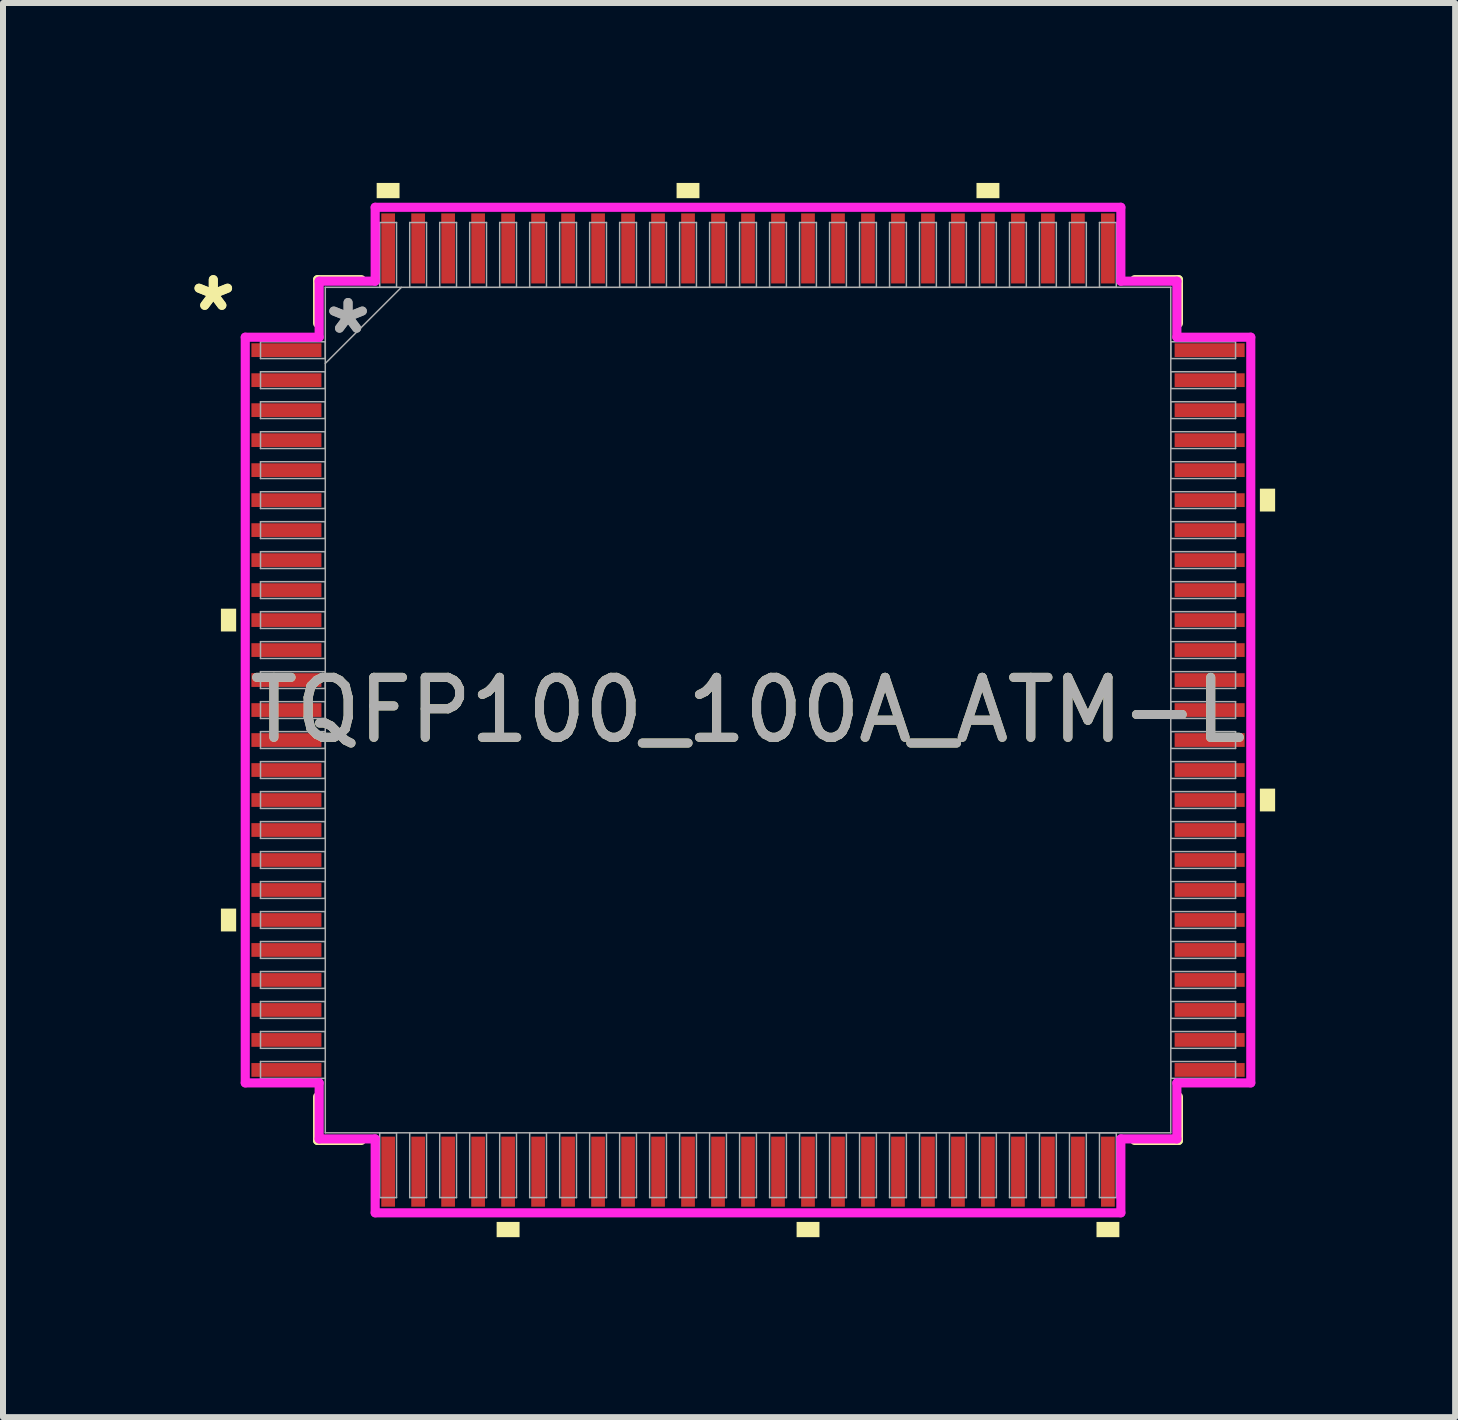
<source format=kicad_pcb>
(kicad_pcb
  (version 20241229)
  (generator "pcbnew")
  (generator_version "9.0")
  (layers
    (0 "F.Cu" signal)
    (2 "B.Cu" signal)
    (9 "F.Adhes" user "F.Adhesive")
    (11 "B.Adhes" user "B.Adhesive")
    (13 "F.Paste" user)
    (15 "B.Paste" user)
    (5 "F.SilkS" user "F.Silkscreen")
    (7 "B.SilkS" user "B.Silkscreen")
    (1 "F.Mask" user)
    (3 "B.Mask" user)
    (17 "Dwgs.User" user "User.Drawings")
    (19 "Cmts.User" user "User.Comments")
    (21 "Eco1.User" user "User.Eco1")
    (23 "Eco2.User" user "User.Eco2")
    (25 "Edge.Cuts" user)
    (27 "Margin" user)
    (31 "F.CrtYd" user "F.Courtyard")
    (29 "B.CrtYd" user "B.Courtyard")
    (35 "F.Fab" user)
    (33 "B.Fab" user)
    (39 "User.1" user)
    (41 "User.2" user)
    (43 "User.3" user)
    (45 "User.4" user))
  (footprint "TQFP100_100A_ATM-L"
    (layer "F.Cu")
    (at 9.421 8.788)
    (property "Reference" "TQFP100_100A_ATM-L" (at 0 0 0) (unlocked yes) (layer "F.SilkS") (effects (font (size 1 1) (thickness 0.15))))
    (attr smd)
    (fp_line (start -7.176 -7.176) (end -7.176 -6.447) (stroke (width 0.152) (type solid)) (layer "F.SilkS"))
    (fp_line (start -7.176 6.447) (end -7.176 7.176) (stroke (width 0.152) (type solid)) (layer "F.SilkS"))
    (fp_line (start -7.176 7.176) (end -6.447 7.176) (stroke (width 0.152) (type solid)) (layer "F.SilkS"))
    (fp_line (start -6.447 -7.176) (end -7.176 -7.176) (stroke (width 0.152) (type solid)) (layer "F.SilkS"))
    (fp_line (start 6.447 7.176) (end 7.176 7.176) (stroke (width 0.152) (type solid)) (layer "F.SilkS"))
    (fp_line (start 7.176 -7.176) (end 6.447 -7.176) (stroke (width 0.152) (type solid)) (layer "F.SilkS"))
    (fp_line (start 7.176 -6.447) (end 7.176 -7.176) (stroke (width 0.152) (type solid)) (layer "F.SilkS"))
    (fp_line (start 7.176 7.176) (end 7.176 6.447) (stroke (width 0.152) (type solid)) (layer "F.SilkS"))
    (fp_poly (pts (xy -8.788 -1.69) (xy -8.788 -1.31) (xy -8.534 -1.31) (xy -8.534 -1.69)) (stroke (width 0) (type solid)) (fill yes) (layer "F.SilkS"))
    (fp_poly (pts (xy -8.788 3.31) (xy -8.788 3.691) (xy -8.534 3.691) (xy -8.534 3.31)) (stroke (width 0) (type solid)) (fill yes) (layer "F.SilkS"))
    (fp_poly (pts (xy -6.191 -8.534) (xy -6.191 -8.788) (xy -5.81 -8.788) (xy -5.81 -8.534)) (stroke (width 0) (type solid)) (fill yes) (layer "F.SilkS"))
    (fp_poly (pts (xy -4.191 8.534) (xy -4.191 8.788) (xy -3.809 8.788) (xy -3.809 8.534)) (stroke (width 0) (type solid)) (fill yes) (layer "F.SilkS"))
    (fp_poly (pts (xy -1.191 -8.534) (xy -1.191 -8.788) (xy -0.81 -8.788) (xy -0.81 -8.534)) (stroke (width 0) (type solid)) (fill yes) (layer "F.SilkS"))
    (fp_poly (pts (xy 0.81 8.534) (xy 0.81 8.788) (xy 1.191 8.788) (xy 1.191 8.534)) (stroke (width 0) (type solid)) (fill yes) (layer "F.SilkS"))
    (fp_poly (pts (xy 3.809 -8.534) (xy 3.809 -8.788) (xy 4.191 -8.788) (xy 4.191 -8.534)) (stroke (width 0) (type solid)) (fill yes) (layer "F.SilkS"))
    (fp_poly (pts (xy 5.81 8.534) (xy 5.81 8.788) (xy 6.191 8.788) (xy 6.191 8.534)) (stroke (width 0) (type solid)) (fill yes) (layer "F.SilkS"))
    (fp_poly (pts (xy 8.788 -3.691) (xy 8.788 -3.31) (xy 8.534 -3.31) (xy 8.534 -3.691)) (stroke (width 0) (type solid)) (fill yes) (layer "F.SilkS"))
    (fp_poly (pts (xy 8.788 1.31) (xy 8.788 1.69) (xy 8.534 1.69) (xy 8.534 1.31)) (stroke (width 0) (type solid)) (fill yes) (layer "F.SilkS"))
    (fp_line (start -8.382 -6.216) (end -7.15 -6.216) (stroke (width 0.152) (type solid)) (layer "F.CrtYd"))
    (fp_line (start -8.382 6.216) (end -8.382 -6.216) (stroke (width 0.152) (type solid)) (layer "F.CrtYd"))
    (fp_line (start -7.15 -7.15) (end -6.216 -7.15) (stroke (width 0.152) (type solid)) (layer "F.CrtYd"))
    (fp_line (start -7.15 -6.216) (end -7.15 -7.15) (stroke (width 0.152) (type solid)) (layer "F.CrtYd"))
    (fp_line (start -7.15 6.216) (end -8.382 6.216) (stroke (width 0.152) (type solid)) (layer "F.CrtYd"))
    (fp_line (start -7.15 7.15) (end -7.15 6.216) (stroke (width 0.152) (type solid)) (layer "F.CrtYd"))
    (fp_line (start -7.15 7.15) (end -6.216 7.15) (stroke (width 0.152) (type solid)) (layer "F.CrtYd"))
    (fp_line (start -6.216 -8.382) (end 6.216 -8.382) (stroke (width 0.152) (type solid)) (layer "F.CrtYd"))
    (fp_line (start -6.216 -7.15) (end -6.216 -8.382) (stroke (width 0.152) (type solid)) (layer "F.CrtYd"))
    (fp_line (start -6.216 7.15) (end -6.216 8.382) (stroke (width 0.152) (type solid)) (layer "F.CrtYd"))
    (fp_line (start -6.216 8.382) (end 6.216 8.382) (stroke (width 0.152) (type solid)) (layer "F.CrtYd"))
    (fp_line (start 6.216 -8.382) (end 6.216 -7.15) (stroke (width 0.152) (type solid)) (layer "F.CrtYd"))
    (fp_line (start 6.216 -7.15) (end 7.15 -7.15) (stroke (width 0.152) (type solid)) (layer "F.CrtYd"))
    (fp_line (start 6.216 7.15) (end 7.15 7.15) (stroke (width 0.152) (type solid)) (layer "F.CrtYd"))
    (fp_line (start 6.216 8.382) (end 6.216 7.15) (stroke (width 0.152) (type solid)) (layer "F.CrtYd"))
    (fp_line (start 7.15 -6.216) (end 7.15 -7.15) (stroke (width 0.152) (type solid)) (layer "F.CrtYd"))
    (fp_line (start 7.15 6.216) (end 8.382 6.216) (stroke (width 0.152) (type solid)) (layer "F.CrtYd"))
    (fp_line (start 7.15 7.15) (end 7.15 6.216) (stroke (width 0.152) (type solid)) (layer "F.CrtYd"))
    (fp_line (start 8.382 -6.216) (end 7.15 -6.216) (stroke (width 0.152) (type solid)) (layer "F.CrtYd"))
    (fp_line (start 8.382 6.216) (end 8.382 -6.216) (stroke (width 0.152) (type solid)) (layer "F.CrtYd"))
    (fp_line (start -8.128 -6.14) (end -8.128 -5.86) (stroke (width 0.025) (type solid)) (layer "F.Fab"))
    (fp_line (start -8.128 -5.86) (end -7.048 -5.86) (stroke (width 0.025) (type solid)) (layer "F.Fab"))
    (fp_line (start -8.128 -5.64) (end -8.128 -5.36) (stroke (width 0.025) (type solid)) (layer "F.Fab"))
    (fp_line (start -8.128 -5.36) (end -7.048 -5.36) (stroke (width 0.025) (type solid)) (layer "F.Fab"))
    (fp_line (start -8.128 -5.14) (end -8.128 -4.86) (stroke (width 0.025) (type solid)) (layer "F.Fab"))
    (fp_line (start -8.128 -4.86) (end -7.048 -4.86) (stroke (width 0.025) (type solid)) (layer "F.Fab"))
    (fp_line (start -8.128 -4.64) (end -8.128 -4.36) (stroke (width 0.025) (type solid)) (layer "F.Fab"))
    (fp_line (start -8.128 -4.36) (end -7.048 -4.36) (stroke (width 0.025) (type solid)) (layer "F.Fab"))
    (fp_line (start -8.128 -4.14) (end -8.128 -3.86) (stroke (width 0.025) (type solid)) (layer "F.Fab"))
    (fp_line (start -8.128 -3.86) (end -7.048 -3.86) (stroke (width 0.025) (type solid)) (layer "F.Fab"))
    (fp_line (start -8.128 -3.64) (end -8.128 -3.36) (stroke (width 0.025) (type solid)) (layer "F.Fab"))
    (fp_line (start -8.128 -3.36) (end -7.048 -3.36) (stroke (width 0.025) (type solid)) (layer "F.Fab"))
    (fp_line (start -8.128 -3.14) (end -8.128 -2.86) (stroke (width 0.025) (type solid)) (layer "F.Fab"))
    (fp_line (start -8.128 -2.86) (end -7.048 -2.86) (stroke (width 0.025) (type solid)) (layer "F.Fab"))
    (fp_line (start -8.128 -2.64) (end -8.128 -2.36) (stroke (width 0.025) (type solid)) (layer "F.Fab"))
    (fp_line (start -8.128 -2.36) (end -7.048 -2.36) (stroke (width 0.025) (type solid)) (layer "F.Fab"))
    (fp_line (start -8.128 -2.14) (end -8.128 -1.86) (stroke (width 0.025) (type solid)) (layer "F.Fab"))
    (fp_line (start -8.128 -1.86) (end -7.048 -1.86) (stroke (width 0.025) (type solid)) (layer "F.Fab"))
    (fp_line (start -8.128 -1.64) (end -8.128 -1.36) (stroke (width 0.025) (type solid)) (layer "F.Fab"))
    (fp_line (start -8.128 -1.36) (end -7.048 -1.36) (stroke (width 0.025) (type solid)) (layer "F.Fab"))
    (fp_line (start -8.128 -1.14) (end -8.128 -0.86) (stroke (width 0.025) (type solid)) (layer "F.Fab"))
    (fp_line (start -8.128 -0.86) (end -7.048 -0.86) (stroke (width 0.025) (type solid)) (layer "F.Fab"))
    (fp_line (start -8.128 -0.64) (end -8.128 -0.36) (stroke (width 0.025) (type solid)) (layer "F.Fab"))
    (fp_line (start -8.128 -0.36) (end -7.048 -0.36) (stroke (width 0.025) (type solid)) (layer "F.Fab"))
    (fp_line (start -8.128 -0.14) (end -8.128 0.14) (stroke (width 0.025) (type solid)) (layer "F.Fab"))
    (fp_line (start -8.128 0.14) (end -7.048 0.14) (stroke (width 0.025) (type solid)) (layer "F.Fab"))
    (fp_line (start -8.128 0.36) (end -8.128 0.64) (stroke (width 0.025) (type solid)) (layer "F.Fab"))
    (fp_line (start -8.128 0.64) (end -7.048 0.64) (stroke (width 0.025) (type solid)) (layer "F.Fab"))
    (fp_line (start -8.128 0.86) (end -8.128 1.14) (stroke (width 0.025) (type solid)) (layer "F.Fab"))
    (fp_line (start -8.128 1.14) (end -7.048 1.14) (stroke (width 0.025) (type solid)) (layer "F.Fab"))
    (fp_line (start -8.128 1.36) (end -8.128 1.64) (stroke (width 0.025) (type solid)) (layer "F.Fab"))
    (fp_line (start -8.128 1.64) (end -7.048 1.64) (stroke (width 0.025) (type solid)) (layer "F.Fab"))
    (fp_line (start -8.128 1.86) (end -8.128 2.14) (stroke (width 0.025) (type solid)) (layer "F.Fab"))
    (fp_line (start -8.128 2.14) (end -7.048 2.14) (stroke (width 0.025) (type solid)) (layer "F.Fab"))
    (fp_line (start -8.128 2.36) (end -8.128 2.64) (stroke (width 0.025) (type solid)) (layer "F.Fab"))
    (fp_line (start -8.128 2.64) (end -7.048 2.64) (stroke (width 0.025) (type solid)) (layer "F.Fab"))
    (fp_line (start -8.128 2.86) (end -8.128 3.14) (stroke (width 0.025) (type solid)) (layer "F.Fab"))
    (fp_line (start -8.128 3.14) (end -7.048 3.14) (stroke (width 0.025) (type solid)) (layer "F.Fab"))
    (fp_line (start -8.128 3.36) (end -8.128 3.64) (stroke (width 0.025) (type solid)) (layer "F.Fab"))
    (fp_line (start -8.128 3.64) (end -7.048 3.64) (stroke (width 0.025) (type solid)) (layer "F.Fab"))
    (fp_line (start -8.128 3.86) (end -8.128 4.14) (stroke (width 0.025) (type solid)) (layer "F.Fab"))
    (fp_line (start -8.128 4.14) (end -7.048 4.14) (stroke (width 0.025) (type solid)) (layer "F.Fab"))
    (fp_line (start -8.128 4.36) (end -8.128 4.64) (stroke (width 0.025) (type solid)) (layer "F.Fab"))
    (fp_line (start -8.128 4.64) (end -7.048 4.64) (stroke (width 0.025) (type solid)) (layer "F.Fab"))
    (fp_line (start -8.128 4.86) (end -8.128 5.14) (stroke (width 0.025) (type solid)) (layer "F.Fab"))
    (fp_line (start -8.128 5.14) (end -7.048 5.14) (stroke (width 0.025) (type solid)) (layer "F.Fab"))
    (fp_line (start -8.128 5.36) (end -8.128 5.64) (stroke (width 0.025) (type solid)) (layer "F.Fab"))
    (fp_line (start -8.128 5.64) (end -7.048 5.64) (stroke (width 0.025) (type solid)) (layer "F.Fab"))
    (fp_line (start -8.128 5.86) (end -8.128 6.14) (stroke (width 0.025) (type solid)) (layer "F.Fab"))
    (fp_line (start -8.128 6.14) (end -7.048 6.14) (stroke (width 0.025) (type solid)) (layer "F.Fab"))
    (fp_line (start -7.048 -7.048) (end -7.048 7.048) (stroke (width 0.025) (type solid)) (layer "F.Fab"))
    (fp_line (start -7.048 -6.14) (end -8.128 -6.14) (stroke (width 0.025) (type solid)) (layer "F.Fab"))
    (fp_line (start -7.048 -5.86) (end -7.048 -6.14) (stroke (width 0.025) (type solid)) (layer "F.Fab"))
    (fp_line (start -7.048 -5.779) (end -5.779 -7.048) (stroke (width 0.025) (type solid)) (layer "F.Fab"))
    (fp_line (start -7.048 -5.64) (end -8.128 -5.64) (stroke (width 0.025) (type solid)) (layer "F.Fab"))
    (fp_line (start -7.048 -5.36) (end -7.048 -5.64) (stroke (width 0.025) (type solid)) (layer "F.Fab"))
    (fp_line (start -7.048 -5.14) (end -8.128 -5.14) (stroke (width 0.025) (type solid)) (layer "F.Fab"))
    (fp_line (start -7.048 -4.86) (end -7.048 -5.14) (stroke (width 0.025) (type solid)) (layer "F.Fab"))
    (fp_line (start -7.048 -4.64) (end -8.128 -4.64) (stroke (width 0.025) (type solid)) (layer "F.Fab"))
    (fp_line (start -7.048 -4.36) (end -7.048 -4.64) (stroke (width 0.025) (type solid)) (layer "F.Fab"))
    (fp_line (start -7.048 -4.14) (end -8.128 -4.14) (stroke (width 0.025) (type solid)) (layer "F.Fab"))
    (fp_line (start -7.048 -3.86) (end -7.048 -4.14) (stroke (width 0.025) (type solid)) (layer "F.Fab"))
    (fp_line (start -7.048 -3.64) (end -8.128 -3.64) (stroke (width 0.025) (type solid)) (layer "F.Fab"))
    (fp_line (start -7.048 -3.36) (end -7.048 -3.64) (stroke (width 0.025) (type solid)) (layer "F.Fab"))
    (fp_line (start -7.048 -3.14) (end -8.128 -3.14) (stroke (width 0.025) (type solid)) (layer "F.Fab"))
    (fp_line (start -7.048 -2.86) (end -7.048 -3.14) (stroke (width 0.025) (type solid)) (layer "F.Fab"))
    (fp_line (start -7.048 -2.64) (end -8.128 -2.64) (stroke (width 0.025) (type solid)) (layer "F.Fab"))
    (fp_line (start -7.048 -2.36) (end -7.048 -2.64) (stroke (width 0.025) (type solid)) (layer "F.Fab"))
    (fp_line (start -7.048 -2.14) (end -8.128 -2.14) (stroke (width 0.025) (type solid)) (layer "F.Fab"))
    (fp_line (start -7.048 -1.86) (end -7.048 -2.14) (stroke (width 0.025) (type solid)) (layer "F.Fab"))
    (fp_line (start -7.048 -1.64) (end -8.128 -1.64) (stroke (width 0.025) (type solid)) (layer "F.Fab"))
    (fp_line (start -7.048 -1.36) (end -7.048 -1.64) (stroke (width 0.025) (type solid)) (layer "F.Fab"))
    (fp_line (start -7.048 -1.14) (end -8.128 -1.14) (stroke (width 0.025) (type solid)) (layer "F.Fab"))
    (fp_line (start -7.048 -0.86) (end -7.048 -1.14) (stroke (width 0.025) (type solid)) (layer "F.Fab"))
    (fp_line (start -7.048 -0.64) (end -8.128 -0.64) (stroke (width 0.025) (type solid)) (layer "F.Fab"))
    (fp_line (start -7.048 -0.36) (end -7.048 -0.64) (stroke (width 0.025) (type solid)) (layer "F.Fab"))
    (fp_line (start -7.048 -0.14) (end -8.128 -0.14) (stroke (width 0.025) (type solid)) (layer "F.Fab"))
    (fp_line (start -7.048 0.14) (end -7.048 -0.14) (stroke (width 0.025) (type solid)) (layer "F.Fab"))
    (fp_line (start -7.048 0.36) (end -8.128 0.36) (stroke (width 0.025) (type solid)) (layer "F.Fab"))
    (fp_line (start -7.048 0.64) (end -7.048 0.36) (stroke (width 0.025) (type solid)) (layer "F.Fab"))
    (fp_line (start -7.048 0.86) (end -8.128 0.86) (stroke (width 0.025) (type solid)) (layer "F.Fab"))
    (fp_line (start -7.048 1.14) (end -7.048 0.86) (stroke (width 0.025) (type solid)) (layer "F.Fab"))
    (fp_line (start -7.048 1.36) (end -8.128 1.36) (stroke (width 0.025) (type solid)) (layer "F.Fab"))
    (fp_line (start -7.048 1.64) (end -7.048 1.36) (stroke (width 0.025) (type solid)) (layer "F.Fab"))
    (fp_line (start -7.048 1.86) (end -8.128 1.86) (stroke (width 0.025) (type solid)) (layer "F.Fab"))
    (fp_line (start -7.048 2.14) (end -7.048 1.86) (stroke (width 0.025) (type solid)) (layer "F.Fab"))
    (fp_line (start -7.048 2.36) (end -8.128 2.36) (stroke (width 0.025) (type solid)) (layer "F.Fab"))
    (fp_line (start -7.048 2.64) (end -7.048 2.36) (stroke (width 0.025) (type solid)) (layer "F.Fab"))
    (fp_line (start -7.048 2.86) (end -8.128 2.86) (stroke (width 0.025) (type solid)) (layer "F.Fab"))
    (fp_line (start -7.048 3.14) (end -7.048 2.86) (stroke (width 0.025) (type solid)) (layer "F.Fab"))
    (fp_line (start -7.048 3.36) (end -8.128 3.36) (stroke (width 0.025) (type solid)) (layer "F.Fab"))
    (fp_line (start -7.048 3.64) (end -7.048 3.36) (stroke (width 0.025) (type solid)) (layer "F.Fab"))
    (fp_line (start -7.048 3.86) (end -8.128 3.86) (stroke (width 0.025) (type solid)) (layer "F.Fab"))
    (fp_line (start -7.048 4.14) (end -7.048 3.86) (stroke (width 0.025) (type solid)) (layer "F.Fab"))
    (fp_line (start -7.048 4.36) (end -8.128 4.36) (stroke (width 0.025) (type solid)) (layer "F.Fab"))
    (fp_line (start -7.048 4.64) (end -7.048 4.36) (stroke (width 0.025) (type solid)) (layer "F.Fab"))
    (fp_line (start -7.048 4.86) (end -8.128 4.86) (stroke (width 0.025) (type solid)) (layer "F.Fab"))
    (fp_line (start -7.048 5.14) (end -7.048 4.86) (stroke (width 0.025) (type solid)) (layer "F.Fab"))
    (fp_line (start -7.048 5.36) (end -8.128 5.36) (stroke (width 0.025) (type solid)) (layer "F.Fab"))
    (fp_line (start -7.048 5.64) (end -7.048 5.36) (stroke (width 0.025) (type solid)) (layer "F.Fab"))
    (fp_line (start -7.048 5.86) (end -8.128 5.86) (stroke (width 0.025) (type solid)) (layer "F.Fab"))
    (fp_line (start -7.048 6.14) (end -7.048 5.86) (stroke (width 0.025) (type solid)) (layer "F.Fab"))
    (fp_line (start -7.048 7.048) (end 7.048 7.048) (stroke (width 0.025) (type solid)) (layer "F.Fab"))
    (fp_line (start -6.14 -8.128) (end -6.14 -7.048) (stroke (width 0.025) (type solid)) (layer "F.Fab"))
    (fp_line (start -6.14 -7.048) (end -5.86 -7.048) (stroke (width 0.025) (type solid)) (layer "F.Fab"))
    (fp_line (start -6.14 7.048) (end -6.14 8.128) (stroke (width 0.025) (type solid)) (layer "F.Fab"))
    (fp_line (start -6.14 8.128) (end -5.86 8.128) (stroke (width 0.025) (type solid)) (layer "F.Fab"))
    (fp_line (start -5.86 -8.128) (end -6.14 -8.128) (stroke (width 0.025) (type solid)) (layer "F.Fab"))
    (fp_line (start -5.86 -7.048) (end -5.86 -8.128) (stroke (width 0.025) (type solid)) (layer "F.Fab"))
    (fp_line (start -5.86 7.048) (end -6.14 7.048) (stroke (width 0.025) (type solid)) (layer "F.Fab"))
    (fp_line (start -5.86 8.128) (end -5.86 7.048) (stroke (width 0.025) (type solid)) (layer "F.Fab"))
    (fp_line (start -5.64 -8.128) (end -5.64 -7.048) (stroke (width 0.025) (type solid)) (layer "F.Fab"))
    (fp_line (start -5.64 -7.048) (end -5.36 -7.048) (stroke (width 0.025) (type solid)) (layer "F.Fab"))
    (fp_line (start -5.64 7.048) (end -5.64 8.128) (stroke (width 0.025) (type solid)) (layer "F.Fab"))
    (fp_line (start -5.64 8.128) (end -5.36 8.128) (stroke (width 0.025) (type solid)) (layer "F.Fab"))
    (fp_line (start -5.36 -8.128) (end -5.64 -8.128) (stroke (width 0.025) (type solid)) (layer "F.Fab"))
    (fp_line (start -5.36 -7.048) (end -5.36 -8.128) (stroke (width 0.025) (type solid)) (layer "F.Fab"))
    (fp_line (start -5.36 7.048) (end -5.64 7.048) (stroke (width 0.025) (type solid)) (layer "F.Fab"))
    (fp_line (start -5.36 8.128) (end -5.36 7.048) (stroke (width 0.025) (type solid)) (layer "F.Fab"))
    (fp_line (start -5.14 -8.128) (end -5.14 -7.048) (stroke (width 0.025) (type solid)) (layer "F.Fab"))
    (fp_line (start -5.14 -7.048) (end -4.86 -7.048) (stroke (width 0.025) (type solid)) (layer "F.Fab"))
    (fp_line (start -5.14 7.048) (end -5.14 8.128) (stroke (width 0.025) (type solid)) (layer "F.Fab"))
    (fp_line (start -5.14 8.128) (end -4.86 8.128) (stroke (width 0.025) (type solid)) (layer "F.Fab"))
    (fp_line (start -4.86 -8.128) (end -5.14 -8.128) (stroke (width 0.025) (type solid)) (layer "F.Fab"))
    (fp_line (start -4.86 -7.048) (end -4.86 -8.128) (stroke (width 0.025) (type solid)) (layer "F.Fab"))
    (fp_line (start -4.86 7.048) (end -5.14 7.048) (stroke (width 0.025) (type solid)) (layer "F.Fab"))
    (fp_line (start -4.86 8.128) (end -4.86 7.048) (stroke (width 0.025) (type solid)) (layer "F.Fab"))
    (fp_line (start -4.64 -8.128) (end -4.64 -7.048) (stroke (width 0.025) (type solid)) (layer "F.Fab"))
    (fp_line (start -4.64 -7.048) (end -4.36 -7.048) (stroke (width 0.025) (type solid)) (layer "F.Fab"))
    (fp_line (start -4.64 7.048) (end -4.64 8.128) (stroke (width 0.025) (type solid)) (layer "F.Fab"))
    (fp_line (start -4.64 8.128) (end -4.36 8.128) (stroke (width 0.025) (type solid)) (layer "F.Fab"))
    (fp_line (start -4.36 -8.128) (end -4.64 -8.128) (stroke (width 0.025) (type solid)) (layer "F.Fab"))
    (fp_line (start -4.36 -7.048) (end -4.36 -8.128) (stroke (width 0.025) (type solid)) (layer "F.Fab"))
    (fp_line (start -4.36 7.048) (end -4.64 7.048) (stroke (width 0.025) (type solid)) (layer "F.Fab"))
    (fp_line (start -4.36 8.128) (end -4.36 7.048) (stroke (width 0.025) (type solid)) (layer "F.Fab"))
    (fp_line (start -4.14 -8.128) (end -4.14 -7.048) (stroke (width 0.025) (type solid)) (layer "F.Fab"))
    (fp_line (start -4.14 -7.048) (end -3.86 -7.048) (stroke (width 0.025) (type solid)) (layer "F.Fab"))
    (fp_line (start -4.14 7.048) (end -4.14 8.128) (stroke (width 0.025) (type solid)) (layer "F.Fab"))
    (fp_line (start -4.14 8.128) (end -3.86 8.128) (stroke (width 0.025) (type solid)) (layer "F.Fab"))
    (fp_line (start -3.86 -8.128) (end -4.14 -8.128) (stroke (width 0.025) (type solid)) (layer "F.Fab"))
    (fp_line (start -3.86 -7.048) (end -3.86 -8.128) (stroke (width 0.025) (type solid)) (layer "F.Fab"))
    (fp_line (start -3.86 7.048) (end -4.14 7.048) (stroke (width 0.025) (type solid)) (layer "F.Fab"))
    (fp_line (start -3.86 8.128) (end -3.86 7.048) (stroke (width 0.025) (type solid)) (layer "F.Fab"))
    (fp_line (start -3.64 -8.128) (end -3.64 -7.048) (stroke (width 0.025) (type solid)) (layer "F.Fab"))
    (fp_line (start -3.64 -7.048) (end -3.36 -7.048) (stroke (width 0.025) (type solid)) (layer "F.Fab"))
    (fp_line (start -3.64 7.048) (end -3.64 8.128) (stroke (width 0.025) (type solid)) (layer "F.Fab"))
    (fp_line (start -3.64 8.128) (end -3.36 8.128) (stroke (width 0.025) (type solid)) (layer "F.Fab"))
    (fp_line (start -3.36 -8.128) (end -3.64 -8.128) (stroke (width 0.025) (type solid)) (layer "F.Fab"))
    (fp_line (start -3.36 -7.048) (end -3.36 -8.128) (stroke (width 0.025) (type solid)) (layer "F.Fab"))
    (fp_line (start -3.36 7.048) (end -3.64 7.048) (stroke (width 0.025) (type solid)) (layer "F.Fab"))
    (fp_line (start -3.36 8.128) (end -3.36 7.048) (stroke (width 0.025) (type solid)) (layer "F.Fab"))
    (fp_line (start -3.14 -8.128) (end -3.14 -7.048) (stroke (width 0.025) (type solid)) (layer "F.Fab"))
    (fp_line (start -3.14 -7.048) (end -2.86 -7.048) (stroke (width 0.025) (type solid)) (layer "F.Fab"))
    (fp_line (start -3.14 7.048) (end -3.14 8.128) (stroke (width 0.025) (type solid)) (layer "F.Fab"))
    (fp_line (start -3.14 8.128) (end -2.86 8.128) (stroke (width 0.025) (type solid)) (layer "F.Fab"))
    (fp_line (start -2.86 -8.128) (end -3.14 -8.128) (stroke (width 0.025) (type solid)) (layer "F.Fab"))
    (fp_line (start -2.86 -7.048) (end -2.86 -8.128) (stroke (width 0.025) (type solid)) (layer "F.Fab"))
    (fp_line (start -2.86 7.048) (end -3.14 7.048) (stroke (width 0.025) (type solid)) (layer "F.Fab"))
    (fp_line (start -2.86 8.128) (end -2.86 7.048) (stroke (width 0.025) (type solid)) (layer "F.Fab"))
    (fp_line (start -2.64 -8.128) (end -2.64 -7.048) (stroke (width 0.025) (type solid)) (layer "F.Fab"))
    (fp_line (start -2.64 -7.048) (end -2.36 -7.048) (stroke (width 0.025) (type solid)) (layer "F.Fab"))
    (fp_line (start -2.64 7.048) (end -2.64 8.128) (stroke (width 0.025) (type solid)) (layer "F.Fab"))
    (fp_line (start -2.64 8.128) (end -2.36 8.128) (stroke (width 0.025) (type solid)) (layer "F.Fab"))
    (fp_line (start -2.36 -8.128) (end -2.64 -8.128) (stroke (width 0.025) (type solid)) (layer "F.Fab"))
    (fp_line (start -2.36 -7.048) (end -2.36 -8.128) (stroke (width 0.025) (type solid)) (layer "F.Fab"))
    (fp_line (start -2.36 7.048) (end -2.64 7.048) (stroke (width 0.025) (type solid)) (layer "F.Fab"))
    (fp_line (start -2.36 8.128) (end -2.36 7.048) (stroke (width 0.025) (type solid)) (layer "F.Fab"))
    (fp_line (start -2.14 -8.128) (end -2.14 -7.048) (stroke (width 0.025) (type solid)) (layer "F.Fab"))
    (fp_line (start -2.14 -7.048) (end -1.86 -7.048) (stroke (width 0.025) (type solid)) (layer "F.Fab"))
    (fp_line (start -2.14 7.048) (end -2.14 8.128) (stroke (width 0.025) (type solid)) (layer "F.Fab"))
    (fp_line (start -2.14 8.128) (end -1.86 8.128) (stroke (width 0.025) (type solid)) (layer "F.Fab"))
    (fp_line (start -1.86 -8.128) (end -2.14 -8.128) (stroke (width 0.025) (type solid)) (layer "F.Fab"))
    (fp_line (start -1.86 -7.048) (end -1.86 -8.128) (stroke (width 0.025) (type solid)) (layer "F.Fab"))
    (fp_line (start -1.86 7.048) (end -2.14 7.048) (stroke (width 0.025) (type solid)) (layer "F.Fab"))
    (fp_line (start -1.86 8.128) (end -1.86 7.048) (stroke (width 0.025) (type solid)) (layer "F.Fab"))
    (fp_line (start -1.64 -8.128) (end -1.64 -7.048) (stroke (width 0.025) (type solid)) (layer "F.Fab"))
    (fp_line (start -1.64 -7.048) (end -1.36 -7.048) (stroke (width 0.025) (type solid)) (layer "F.Fab"))
    (fp_line (start -1.64 7.048) (end -1.64 8.128) (stroke (width 0.025) (type solid)) (layer "F.Fab"))
    (fp_line (start -1.64 8.128) (end -1.36 8.128) (stroke (width 0.025) (type solid)) (layer "F.Fab"))
    (fp_line (start -1.36 -8.128) (end -1.64 -8.128) (stroke (width 0.025) (type solid)) (layer "F.Fab"))
    (fp_line (start -1.36 -7.048) (end -1.36 -8.128) (stroke (width 0.025) (type solid)) (layer "F.Fab"))
    (fp_line (start -1.36 7.048) (end -1.64 7.048) (stroke (width 0.025) (type solid)) (layer "F.Fab"))
    (fp_line (start -1.36 8.128) (end -1.36 7.048) (stroke (width 0.025) (type solid)) (layer "F.Fab"))
    (fp_line (start -1.14 -8.128) (end -1.14 -7.048) (stroke (width 0.025) (type solid)) (layer "F.Fab"))
    (fp_line (start -1.14 -7.048) (end -0.86 -7.048) (stroke (width 0.025) (type solid)) (layer "F.Fab"))
    (fp_line (start -1.14 7.048) (end -1.14 8.128) (stroke (width 0.025) (type solid)) (layer "F.Fab"))
    (fp_line (start -1.14 8.128) (end -0.86 8.128) (stroke (width 0.025) (type solid)) (layer "F.Fab"))
    (fp_line (start -0.86 -8.128) (end -1.14 -8.128) (stroke (width 0.025) (type solid)) (layer "F.Fab"))
    (fp_line (start -0.86 -7.048) (end -0.86 -8.128) (stroke (width 0.025) (type solid)) (layer "F.Fab"))
    (fp_line (start -0.86 7.048) (end -1.14 7.048) (stroke (width 0.025) (type solid)) (layer "F.Fab"))
    (fp_line (start -0.86 8.128) (end -0.86 7.048) (stroke (width 0.025) (type solid)) (layer "F.Fab"))
    (fp_line (start -0.64 -8.128) (end -0.64 -7.048) (stroke (width 0.025) (type solid)) (layer "F.Fab"))
    (fp_line (start -0.64 -7.048) (end -0.36 -7.048) (stroke (width 0.025) (type solid)) (layer "F.Fab"))
    (fp_line (start -0.64 7.048) (end -0.64 8.128) (stroke (width 0.025) (type solid)) (layer "F.Fab"))
    (fp_line (start -0.64 8.128) (end -0.36 8.128) (stroke (width 0.025) (type solid)) (layer "F.Fab"))
    (fp_line (start -0.36 -8.128) (end -0.64 -8.128) (stroke (width 0.025) (type solid)) (layer "F.Fab"))
    (fp_line (start -0.36 -7.048) (end -0.36 -8.128) (stroke (width 0.025) (type solid)) (layer "F.Fab"))
    (fp_line (start -0.36 7.048) (end -0.64 7.048) (stroke (width 0.025) (type solid)) (layer "F.Fab"))
    (fp_line (start -0.36 8.128) (end -0.36 7.048) (stroke (width 0.025) (type solid)) (layer "F.Fab"))
    (fp_line (start -0.14 -8.128) (end -0.14 -7.048) (stroke (width 0.025) (type solid)) (layer "F.Fab"))
    (fp_line (start -0.14 -7.048) (end 0.14 -7.048) (stroke (width 0.025) (type solid)) (layer "F.Fab"))
    (fp_line (start -0.14 7.048) (end -0.14 8.128) (stroke (width 0.025) (type solid)) (layer "F.Fab"))
    (fp_line (start -0.14 8.128) (end 0.14 8.128) (stroke (width 0.025) (type solid)) (layer "F.Fab"))
    (fp_line (start 0.14 -8.128) (end -0.14 -8.128) (stroke (width 0.025) (type solid)) (layer "F.Fab"))
    (fp_line (start 0.14 -7.048) (end 0.14 -8.128) (stroke (width 0.025) (type solid)) (layer "F.Fab"))
    (fp_line (start 0.14 7.048) (end -0.14 7.048) (stroke (width 0.025) (type solid)) (layer "F.Fab"))
    (fp_line (start 0.14 8.128) (end 0.14 7.048) (stroke (width 0.025) (type solid)) (layer "F.Fab"))
    (fp_line (start 0.36 -8.128) (end 0.36 -7.048) (stroke (width 0.025) (type solid)) (layer "F.Fab"))
    (fp_line (start 0.36 -7.048) (end 0.64 -7.048) (stroke (width 0.025) (type solid)) (layer "F.Fab"))
    (fp_line (start 0.36 7.048) (end 0.36 8.128) (stroke (width 0.025) (type solid)) (layer "F.Fab"))
    (fp_line (start 0.36 8.128) (end 0.64 8.128) (stroke (width 0.025) (type solid)) (layer "F.Fab"))
    (fp_line (start 0.64 -8.128) (end 0.36 -8.128) (stroke (width 0.025) (type solid)) (layer "F.Fab"))
    (fp_line (start 0.64 -7.048) (end 0.64 -8.128) (stroke (width 0.025) (type solid)) (layer "F.Fab"))
    (fp_line (start 0.64 7.048) (end 0.36 7.048) (stroke (width 0.025) (type solid)) (layer "F.Fab"))
    (fp_line (start 0.64 8.128) (end 0.64 7.048) (stroke (width 0.025) (type solid)) (layer "F.Fab"))
    (fp_line (start 0.86 -8.128) (end 0.86 -7.048) (stroke (width 0.025) (type solid)) (layer "F.Fab"))
    (fp_line (start 0.86 -7.048) (end 1.14 -7.048) (stroke (width 0.025) (type solid)) (layer "F.Fab"))
    (fp_line (start 0.86 7.048) (end 0.86 8.128) (stroke (width 0.025) (type solid)) (layer "F.Fab"))
    (fp_line (start 0.86 8.128) (end 1.14 8.128) (stroke (width 0.025) (type solid)) (layer "F.Fab"))
    (fp_line (start 1.14 -8.128) (end 0.86 -8.128) (stroke (width 0.025) (type solid)) (layer "F.Fab"))
    (fp_line (start 1.14 -7.048) (end 1.14 -8.128) (stroke (width 0.025) (type solid)) (layer "F.Fab"))
    (fp_line (start 1.14 7.048) (end 0.86 7.048) (stroke (width 0.025) (type solid)) (layer "F.Fab"))
    (fp_line (start 1.14 8.128) (end 1.14 7.048) (stroke (width 0.025) (type solid)) (layer "F.Fab"))
    (fp_line (start 1.36 -8.128) (end 1.36 -7.048) (stroke (width 0.025) (type solid)) (layer "F.Fab"))
    (fp_line (start 1.36 -7.048) (end 1.64 -7.048) (stroke (width 0.025) (type solid)) (layer "F.Fab"))
    (fp_line (start 1.36 7.048) (end 1.36 8.128) (stroke (width 0.025) (type solid)) (layer "F.Fab"))
    (fp_line (start 1.36 8.128) (end 1.64 8.128) (stroke (width 0.025) (type solid)) (layer "F.Fab"))
    (fp_line (start 1.64 -8.128) (end 1.36 -8.128) (stroke (width 0.025) (type solid)) (layer "F.Fab"))
    (fp_line (start 1.64 -7.048) (end 1.64 -8.128) (stroke (width 0.025) (type solid)) (layer "F.Fab"))
    (fp_line (start 1.64 7.048) (end 1.36 7.048) (stroke (width 0.025) (type solid)) (layer "F.Fab"))
    (fp_line (start 1.64 8.128) (end 1.64 7.048) (stroke (width 0.025) (type solid)) (layer "F.Fab"))
    (fp_line (start 1.86 -8.128) (end 1.86 -7.048) (stroke (width 0.025) (type solid)) (layer "F.Fab"))
    (fp_line (start 1.86 -7.048) (end 2.14 -7.048) (stroke (width 0.025) (type solid)) (layer "F.Fab"))
    (fp_line (start 1.86 7.048) (end 1.86 8.128) (stroke (width 0.025) (type solid)) (layer "F.Fab"))
    (fp_line (start 1.86 8.128) (end 2.14 8.128) (stroke (width 0.025) (type solid)) (layer "F.Fab"))
    (fp_line (start 2.14 -8.128) (end 1.86 -8.128) (stroke (width 0.025) (type solid)) (layer "F.Fab"))
    (fp_line (start 2.14 -7.048) (end 2.14 -8.128) (stroke (width 0.025) (type solid)) (layer "F.Fab"))
    (fp_line (start 2.14 7.048) (end 1.86 7.048) (stroke (width 0.025) (type solid)) (layer "F.Fab"))
    (fp_line (start 2.14 8.128) (end 2.14 7.048) (stroke (width 0.025) (type solid)) (layer "F.Fab"))
    (fp_line (start 2.36 -8.128) (end 2.36 -7.048) (stroke (width 0.025) (type solid)) (layer "F.Fab"))
    (fp_line (start 2.36 -7.048) (end 2.64 -7.048) (stroke (width 0.025) (type solid)) (layer "F.Fab"))
    (fp_line (start 2.36 7.048) (end 2.36 8.128) (stroke (width 0.025) (type solid)) (layer "F.Fab"))
    (fp_line (start 2.36 8.128) (end 2.64 8.128) (stroke (width 0.025) (type solid)) (layer "F.Fab"))
    (fp_line (start 2.64 -8.128) (end 2.36 -8.128) (stroke (width 0.025) (type solid)) (layer "F.Fab"))
    (fp_line (start 2.64 -7.048) (end 2.64 -8.128) (stroke (width 0.025) (type solid)) (layer "F.Fab"))
    (fp_line (start 2.64 7.048) (end 2.36 7.048) (stroke (width 0.025) (type solid)) (layer "F.Fab"))
    (fp_line (start 2.64 8.128) (end 2.64 7.048) (stroke (width 0.025) (type solid)) (layer "F.Fab"))
    (fp_line (start 2.86 -8.128) (end 2.86 -7.048) (stroke (width 0.025) (type solid)) (layer "F.Fab"))
    (fp_line (start 2.86 -7.048) (end 3.14 -7.048) (stroke (width 0.025) (type solid)) (layer "F.Fab"))
    (fp_line (start 2.86 7.048) (end 2.86 8.128) (stroke (width 0.025) (type solid)) (layer "F.Fab"))
    (fp_line (start 2.86 8.128) (end 3.14 8.128) (stroke (width 0.025) (type solid)) (layer "F.Fab"))
    (fp_line (start 3.14 -8.128) (end 2.86 -8.128) (stroke (width 0.025) (type solid)) (layer "F.Fab"))
    (fp_line (start 3.14 -7.048) (end 3.14 -8.128) (stroke (width 0.025) (type solid)) (layer "F.Fab"))
    (fp_line (start 3.14 7.048) (end 2.86 7.048) (stroke (width 0.025) (type solid)) (layer "F.Fab"))
    (fp_line (start 3.14 8.128) (end 3.14 7.048) (stroke (width 0.025) (type solid)) (layer "F.Fab"))
    (fp_line (start 3.36 -8.128) (end 3.36 -7.048) (stroke (width 0.025) (type solid)) (layer "F.Fab"))
    (fp_line (start 3.36 -7.048) (end 3.64 -7.048) (stroke (width 0.025) (type solid)) (layer "F.Fab"))
    (fp_line (start 3.36 7.048) (end 3.36 8.128) (stroke (width 0.025) (type solid)) (layer "F.Fab"))
    (fp_line (start 3.36 8.128) (end 3.64 8.128) (stroke (width 0.025) (type solid)) (layer "F.Fab"))
    (fp_line (start 3.64 -8.128) (end 3.36 -8.128) (stroke (width 0.025) (type solid)) (layer "F.Fab"))
    (fp_line (start 3.64 -7.048) (end 3.64 -8.128) (stroke (width 0.025) (type solid)) (layer "F.Fab"))
    (fp_line (start 3.64 7.048) (end 3.36 7.048) (stroke (width 0.025) (type solid)) (layer "F.Fab"))
    (fp_line (start 3.64 8.128) (end 3.64 7.048) (stroke (width 0.025) (type solid)) (layer "F.Fab"))
    (fp_line (start 3.86 -8.128) (end 3.86 -7.048) (stroke (width 0.025) (type solid)) (layer "F.Fab"))
    (fp_line (start 3.86 -7.048) (end 4.14 -7.048) (stroke (width 0.025) (type solid)) (layer "F.Fab"))
    (fp_line (start 3.86 7.048) (end 3.86 8.128) (stroke (width 0.025) (type solid)) (layer "F.Fab"))
    (fp_line (start 3.86 8.128) (end 4.14 8.128) (stroke (width 0.025) (type solid)) (layer "F.Fab"))
    (fp_line (start 4.14 -8.128) (end 3.86 -8.128) (stroke (width 0.025) (type solid)) (layer "F.Fab"))
    (fp_line (start 4.14 -7.048) (end 4.14 -8.128) (stroke (width 0.025) (type solid)) (layer "F.Fab"))
    (fp_line (start 4.14 7.048) (end 3.86 7.048) (stroke (width 0.025) (type solid)) (layer "F.Fab"))
    (fp_line (start 4.14 8.128) (end 4.14 7.048) (stroke (width 0.025) (type solid)) (layer "F.Fab"))
    (fp_line (start 4.36 -8.128) (end 4.36 -7.048) (stroke (width 0.025) (type solid)) (layer "F.Fab"))
    (fp_line (start 4.36 -7.048) (end 4.64 -7.048) (stroke (width 0.025) (type solid)) (layer "F.Fab"))
    (fp_line (start 4.36 7.048) (end 4.36 8.128) (stroke (width 0.025) (type solid)) (layer "F.Fab"))
    (fp_line (start 4.36 8.128) (end 4.64 8.128) (stroke (width 0.025) (type solid)) (layer "F.Fab"))
    (fp_line (start 4.64 -8.128) (end 4.36 -8.128) (stroke (width 0.025) (type solid)) (layer "F.Fab"))
    (fp_line (start 4.64 -7.048) (end 4.64 -8.128) (stroke (width 0.025) (type solid)) (layer "F.Fab"))
    (fp_line (start 4.64 7.048) (end 4.36 7.048) (stroke (width 0.025) (type solid)) (layer "F.Fab"))
    (fp_line (start 4.64 8.128) (end 4.64 7.048) (stroke (width 0.025) (type solid)) (layer "F.Fab"))
    (fp_line (start 4.86 -8.128) (end 4.86 -7.048) (stroke (width 0.025) (type solid)) (layer "F.Fab"))
    (fp_line (start 4.86 -7.048) (end 5.14 -7.048) (stroke (width 0.025) (type solid)) (layer "F.Fab"))
    (fp_line (start 4.86 7.048) (end 4.86 8.128) (stroke (width 0.025) (type solid)) (layer "F.Fab"))
    (fp_line (start 4.86 8.128) (end 5.14 8.128) (stroke (width 0.025) (type solid)) (layer "F.Fab"))
    (fp_line (start 5.14 -8.128) (end 4.86 -8.128) (stroke (width 0.025) (type solid)) (layer "F.Fab"))
    (fp_line (start 5.14 -7.048) (end 5.14 -8.128) (stroke (width 0.025) (type solid)) (layer "F.Fab"))
    (fp_line (start 5.14 7.048) (end 4.86 7.048) (stroke (width 0.025) (type solid)) (layer "F.Fab"))
    (fp_line (start 5.14 8.128) (end 5.14 7.048) (stroke (width 0.025) (type solid)) (layer "F.Fab"))
    (fp_line (start 5.36 -8.128) (end 5.36 -7.048) (stroke (width 0.025) (type solid)) (layer "F.Fab"))
    (fp_line (start 5.36 -7.048) (end 5.64 -7.048) (stroke (width 0.025) (type solid)) (layer "F.Fab"))
    (fp_line (start 5.36 7.048) (end 5.36 8.128) (stroke (width 0.025) (type solid)) (layer "F.Fab"))
    (fp_line (start 5.36 8.128) (end 5.64 8.128) (stroke (width 0.025) (type solid)) (layer "F.Fab"))
    (fp_line (start 5.64 -8.128) (end 5.36 -8.128) (stroke (width 0.025) (type solid)) (layer "F.Fab"))
    (fp_line (start 5.64 -7.048) (end 5.64 -8.128) (stroke (width 0.025) (type solid)) (layer "F.Fab"))
    (fp_line (start 5.64 7.048) (end 5.36 7.048) (stroke (width 0.025) (type solid)) (layer "F.Fab"))
    (fp_line (start 5.64 8.128) (end 5.64 7.048) (stroke (width 0.025) (type solid)) (layer "F.Fab"))
    (fp_line (start 5.86 -8.128) (end 5.86 -7.048) (stroke (width 0.025) (type solid)) (layer "F.Fab"))
    (fp_line (start 5.86 -7.048) (end 6.14 -7.048) (stroke (width 0.025) (type solid)) (layer "F.Fab"))
    (fp_line (start 5.86 7.048) (end 5.86 8.128) (stroke (width 0.025) (type solid)) (layer "F.Fab"))
    (fp_line (start 5.86 8.128) (end 6.14 8.128) (stroke (width 0.025) (type solid)) (layer "F.Fab"))
    (fp_line (start 6.14 -8.128) (end 5.86 -8.128) (stroke (width 0.025) (type solid)) (layer "F.Fab"))
    (fp_line (start 6.14 -7.048) (end 6.14 -8.128) (stroke (width 0.025) (type solid)) (layer "F.Fab"))
    (fp_line (start 6.14 7.048) (end 5.86 7.048) (stroke (width 0.025) (type solid)) (layer "F.Fab"))
    (fp_line (start 6.14 8.128) (end 6.14 7.048) (stroke (width 0.025) (type solid)) (layer "F.Fab"))
    (fp_line (start 7.048 -7.048) (end -7.048 -7.048) (stroke (width 0.025) (type solid)) (layer "F.Fab"))
    (fp_line (start 7.048 -6.14) (end 7.048 -5.86) (stroke (width 0.025) (type solid)) (layer "F.Fab"))
    (fp_line (start 7.048 -5.86) (end 8.128 -5.86) (stroke (width 0.025) (type solid)) (layer "F.Fab"))
    (fp_line (start 7.048 -5.64) (end 7.048 -5.36) (stroke (width 0.025) (type solid)) (layer "F.Fab"))
    (fp_line (start 7.048 -5.36) (end 8.128 -5.36) (stroke (width 0.025) (type solid)) (layer "F.Fab"))
    (fp_line (start 7.048 -5.14) (end 7.048 -4.86) (stroke (width 0.025) (type solid)) (layer "F.Fab"))
    (fp_line (start 7.048 -4.86) (end 8.128 -4.86) (stroke (width 0.025) (type solid)) (layer "F.Fab"))
    (fp_line (start 7.048 -4.64) (end 7.048 -4.36) (stroke (width 0.025) (type solid)) (layer "F.Fab"))
    (fp_line (start 7.048 -4.36) (end 8.128 -4.36) (stroke (width 0.025) (type solid)) (layer "F.Fab"))
    (fp_line (start 7.048 -4.14) (end 7.048 -3.86) (stroke (width 0.025) (type solid)) (layer "F.Fab"))
    (fp_line (start 7.048 -3.86) (end 8.128 -3.86) (stroke (width 0.025) (type solid)) (layer "F.Fab"))
    (fp_line (start 7.048 -3.64) (end 7.048 -3.36) (stroke (width 0.025) (type solid)) (layer "F.Fab"))
    (fp_line (start 7.048 -3.36) (end 8.128 -3.36) (stroke (width 0.025) (type solid)) (layer "F.Fab"))
    (fp_line (start 7.048 -3.14) (end 7.048 -2.86) (stroke (width 0.025) (type solid)) (layer "F.Fab"))
    (fp_line (start 7.048 -2.86) (end 8.128 -2.86) (stroke (width 0.025) (type solid)) (layer "F.Fab"))
    (fp_line (start 7.048 -2.64) (end 7.048 -2.36) (stroke (width 0.025) (type solid)) (layer "F.Fab"))
    (fp_line (start 7.048 -2.36) (end 8.128 -2.36) (stroke (width 0.025) (type solid)) (layer "F.Fab"))
    (fp_line (start 7.048 -2.14) (end 7.048 -1.86) (stroke (width 0.025) (type solid)) (layer "F.Fab"))
    (fp_line (start 7.048 -1.86) (end 8.128 -1.86) (stroke (width 0.025) (type solid)) (layer "F.Fab"))
    (fp_line (start 7.048 -1.64) (end 7.048 -1.36) (stroke (width 0.025) (type solid)) (layer "F.Fab"))
    (fp_line (start 7.048 -1.36) (end 8.128 -1.36) (stroke (width 0.025) (type solid)) (layer "F.Fab"))
    (fp_line (start 7.048 -1.14) (end 7.048 -0.86) (stroke (width 0.025) (type solid)) (layer "F.Fab"))
    (fp_line (start 7.048 -0.86) (end 8.128 -0.86) (stroke (width 0.025) (type solid)) (layer "F.Fab"))
    (fp_line (start 7.048 -0.64) (end 7.048 -0.36) (stroke (width 0.025) (type solid)) (layer "F.Fab"))
    (fp_line (start 7.048 -0.36) (end 8.128 -0.36) (stroke (width 0.025) (type solid)) (layer "F.Fab"))
    (fp_line (start 7.048 -0.14) (end 7.048 0.14) (stroke (width 0.025) (type solid)) (layer "F.Fab"))
    (fp_line (start 7.048 0.14) (end 8.128 0.14) (stroke (width 0.025) (type solid)) (layer "F.Fab"))
    (fp_line (start 7.048 0.36) (end 7.048 0.64) (stroke (width 0.025) (type solid)) (layer "F.Fab"))
    (fp_line (start 7.048 0.64) (end 8.128 0.64) (stroke (width 0.025) (type solid)) (layer "F.Fab"))
    (fp_line (start 7.048 0.86) (end 7.048 1.14) (stroke (width 0.025) (type solid)) (layer "F.Fab"))
    (fp_line (start 7.048 1.14) (end 8.128 1.14) (stroke (width 0.025) (type solid)) (layer "F.Fab"))
    (fp_line (start 7.048 1.36) (end 7.048 1.64) (stroke (width 0.025) (type solid)) (layer "F.Fab"))
    (fp_line (start 7.048 1.64) (end 8.128 1.64) (stroke (width 0.025) (type solid)) (layer "F.Fab"))
    (fp_line (start 7.048 1.86) (end 7.048 2.14) (stroke (width 0.025) (type solid)) (layer "F.Fab"))
    (fp_line (start 7.048 2.14) (end 8.128 2.14) (stroke (width 0.025) (type solid)) (layer "F.Fab"))
    (fp_line (start 7.048 2.36) (end 7.048 2.64) (stroke (width 0.025) (type solid)) (layer "F.Fab"))
    (fp_line (start 7.048 2.64) (end 8.128 2.64) (stroke (width 0.025) (type solid)) (layer "F.Fab"))
    (fp_line (start 7.048 2.86) (end 7.048 3.14) (stroke (width 0.025) (type solid)) (layer "F.Fab"))
    (fp_line (start 7.048 3.14) (end 8.128 3.14) (stroke (width 0.025) (type solid)) (layer "F.Fab"))
    (fp_line (start 7.048 3.36) (end 7.048 3.64) (stroke (width 0.025) (type solid)) (layer "F.Fab"))
    (fp_line (start 7.048 3.64) (end 8.128 3.64) (stroke (width 0.025) (type solid)) (layer "F.Fab"))
    (fp_line (start 7.048 3.86) (end 7.048 4.14) (stroke (width 0.025) (type solid)) (layer "F.Fab"))
    (fp_line (start 7.048 4.14) (end 8.128 4.14) (stroke (width 0.025) (type solid)) (layer "F.Fab"))
    (fp_line (start 7.048 4.36) (end 7.048 4.64) (stroke (width 0.025) (type solid)) (layer "F.Fab"))
    (fp_line (start 7.048 4.64) (end 8.128 4.64) (stroke (width 0.025) (type solid)) (layer "F.Fab"))
    (fp_line (start 7.048 4.86) (end 7.048 5.14) (stroke (width 0.025) (type solid)) (layer "F.Fab"))
    (fp_line (start 7.048 5.14) (end 8.128 5.14) (stroke (width 0.025) (type solid)) (layer "F.Fab"))
    (fp_line (start 7.048 5.36) (end 7.048 5.64) (stroke (width 0.025) (type solid)) (layer "F.Fab"))
    (fp_line (start 7.048 5.64) (end 8.128 5.64) (stroke (width 0.025) (type solid)) (layer "F.Fab"))
    (fp_line (start 7.048 5.86) (end 7.048 6.14) (stroke (width 0.025) (type solid)) (layer "F.Fab"))
    (fp_line (start 7.048 6.14) (end 8.128 6.14) (stroke (width 0.025) (type solid)) (layer "F.Fab"))
    (fp_line (start 7.048 7.048) (end 7.048 -7.048) (stroke (width 0.025) (type solid)) (layer "F.Fab"))
    (fp_line (start 8.128 -6.14) (end 7.048 -6.14) (stroke (width 0.025) (type solid)) (layer "F.Fab"))
    (fp_line (start 8.128 -5.86) (end 8.128 -6.14) (stroke (width 0.025) (type solid)) (layer "F.Fab"))
    (fp_line (start 8.128 -5.64) (end 7.048 -5.64) (stroke (width 0.025) (type solid)) (layer "F.Fab"))
    (fp_line (start 8.128 -5.36) (end 8.128 -5.64) (stroke (width 0.025) (type solid)) (layer "F.Fab"))
    (fp_line (start 8.128 -5.14) (end 7.048 -5.14) (stroke (width 0.025) (type solid)) (layer "F.Fab"))
    (fp_line (start 8.128 -4.86) (end 8.128 -5.14) (stroke (width 0.025) (type solid)) (layer "F.Fab"))
    (fp_line (start 8.128 -4.64) (end 7.048 -4.64) (stroke (width 0.025) (type solid)) (layer "F.Fab"))
    (fp_line (start 8.128 -4.36) (end 8.128 -4.64) (stroke (width 0.025) (type solid)) (layer "F.Fab"))
    (fp_line (start 8.128 -4.14) (end 7.048 -4.14) (stroke (width 0.025) (type solid)) (layer "F.Fab"))
    (fp_line (start 8.128 -3.86) (end 8.128 -4.14) (stroke (width 0.025) (type solid)) (layer "F.Fab"))
    (fp_line (start 8.128 -3.64) (end 7.048 -3.64) (stroke (width 0.025) (type solid)) (layer "F.Fab"))
    (fp_line (start 8.128 -3.36) (end 8.128 -3.64) (stroke (width 0.025) (type solid)) (layer "F.Fab"))
    (fp_line (start 8.128 -3.14) (end 7.048 -3.14) (stroke (width 0.025) (type solid)) (layer "F.Fab"))
    (fp_line (start 8.128 -2.86) (end 8.128 -3.14) (stroke (width 0.025) (type solid)) (layer "F.Fab"))
    (fp_line (start 8.128 -2.64) (end 7.048 -2.64) (stroke (width 0.025) (type solid)) (layer "F.Fab"))
    (fp_line (start 8.128 -2.36) (end 8.128 -2.64) (stroke (width 0.025) (type solid)) (layer "F.Fab"))
    (fp_line (start 8.128 -2.14) (end 7.048 -2.14) (stroke (width 0.025) (type solid)) (layer "F.Fab"))
    (fp_line (start 8.128 -1.86) (end 8.128 -2.14) (stroke (width 0.025) (type solid)) (layer "F.Fab"))
    (fp_line (start 8.128 -1.64) (end 7.048 -1.64) (stroke (width 0.025) (type solid)) (layer "F.Fab"))
    (fp_line (start 8.128 -1.36) (end 8.128 -1.64) (stroke (width 0.025) (type solid)) (layer "F.Fab"))
    (fp_line (start 8.128 -1.14) (end 7.048 -1.14) (stroke (width 0.025) (type solid)) (layer "F.Fab"))
    (fp_line (start 8.128 -0.86) (end 8.128 -1.14) (stroke (width 0.025) (type solid)) (layer "F.Fab"))
    (fp_line (start 8.128 -0.64) (end 7.048 -0.64) (stroke (width 0.025) (type solid)) (layer "F.Fab"))
    (fp_line (start 8.128 -0.36) (end 8.128 -0.64) (stroke (width 0.025) (type solid)) (layer "F.Fab"))
    (fp_line (start 8.128 -0.14) (end 7.048 -0.14) (stroke (width 0.025) (type solid)) (layer "F.Fab"))
    (fp_line (start 8.128 0.14) (end 8.128 -0.14) (stroke (width 0.025) (type solid)) (layer "F.Fab"))
    (fp_line (start 8.128 0.36) (end 7.048 0.36) (stroke (width 0.025) (type solid)) (layer "F.Fab"))
    (fp_line (start 8.128 0.64) (end 8.128 0.36) (stroke (width 0.025) (type solid)) (layer "F.Fab"))
    (fp_line (start 8.128 0.86) (end 7.048 0.86) (stroke (width 0.025) (type solid)) (layer "F.Fab"))
    (fp_line (start 8.128 1.14) (end 8.128 0.86) (stroke (width 0.025) (type solid)) (layer "F.Fab"))
    (fp_line (start 8.128 1.36) (end 7.048 1.36) (stroke (width 0.025) (type solid)) (layer "F.Fab"))
    (fp_line (start 8.128 1.64) (end 8.128 1.36) (stroke (width 0.025) (type solid)) (layer "F.Fab"))
    (fp_line (start 8.128 1.86) (end 7.048 1.86) (stroke (width 0.025) (type solid)) (layer "F.Fab"))
    (fp_line (start 8.128 2.14) (end 8.128 1.86) (stroke (width 0.025) (type solid)) (layer "F.Fab"))
    (fp_line (start 8.128 2.36) (end 7.048 2.36) (stroke (width 0.025) (type solid)) (layer "F.Fab"))
    (fp_line (start 8.128 2.64) (end 8.128 2.36) (stroke (width 0.025) (type solid)) (layer "F.Fab"))
    (fp_line (start 8.128 2.86) (end 7.048 2.86) (stroke (width 0.025) (type solid)) (layer "F.Fab"))
    (fp_line (start 8.128 3.14) (end 8.128 2.86) (stroke (width 0.025) (type solid)) (layer "F.Fab"))
    (fp_line (start 8.128 3.36) (end 7.048 3.36) (stroke (width 0.025) (type solid)) (layer "F.Fab"))
    (fp_line (start 8.128 3.64) (end 8.128 3.36) (stroke (width 0.025) (type solid)) (layer "F.Fab"))
    (fp_line (start 8.128 3.86) (end 7.048 3.86) (stroke (width 0.025) (type solid)) (layer "F.Fab"))
    (fp_line (start 8.128 4.14) (end 8.128 3.86) (stroke (width 0.025) (type solid)) (layer "F.Fab"))
    (fp_line (start 8.128 4.36) (end 7.048 4.36) (stroke (width 0.025) (type solid)) (layer "F.Fab"))
    (fp_line (start 8.128 4.64) (end 8.128 4.36) (stroke (width 0.025) (type solid)) (layer "F.Fab"))
    (fp_line (start 8.128 4.86) (end 7.048 4.86) (stroke (width 0.025) (type solid)) (layer "F.Fab"))
    (fp_line (start 8.128 5.14) (end 8.128 4.86) (stroke (width 0.025) (type solid)) (layer "F.Fab"))
    (fp_line (start 8.128 5.36) (end 7.048 5.36) (stroke (width 0.025) (type solid)) (layer "F.Fab"))
    (fp_line (start 8.128 5.64) (end 8.128 5.36) (stroke (width 0.025) (type solid)) (layer "F.Fab"))
    (fp_line (start 8.128 5.86) (end 7.048 5.86) (stroke (width 0.025) (type solid)) (layer "F.Fab"))
    (fp_line (start 8.128 6.14) (end 8.128 5.86) (stroke (width 0.025) (type solid)) (layer "F.Fab"))
    (fp_text user "*" (at -8.915 -6.631 0) (unlocked yes) (layer "F.SilkS") (effects (font (size 1 1) (thickness 0.15))))
    (fp_text user "*" (at -8.915 -6.631 0) (layer "F.SilkS") (effects (font (size 1 1) (thickness 0.15))))
    (fp_text user "${REFERENCE}" (at 0 0 0) (unlocked yes) (layer "F.Fab") (effects (font (size 1 1) (thickness 0.15))))
    (fp_text user "*" (at -6.668 -6.25 0) (unlocked yes) (layer "F.Fab") (effects (font (size 1 1) (thickness 0.15))))
    (fp_text user "*" (at -6.668 -6.25 0) (layer "F.Fab") (effects (font (size 1 1) (thickness 0.15))))
    (pad "1" smd rect (at -7.696 -6 90) (size 0.229 1.168) (layers "F.Cu" "F.Mask" "F.Paste"))
    (pad "2" smd rect (at -7.696 -5.5 90) (size 0.229 1.168) (layers "F.Cu" "F.Mask" "F.Paste"))
    (pad "3" smd rect (at -7.696 -5 90) (size 0.229 1.168) (layers "F.Cu" "F.Mask" "F.Paste"))
    (pad "4" smd rect (at -7.696 -4.5 90) (size 0.229 1.168) (layers "F.Cu" "F.Mask" "F.Paste"))
    (pad "5" smd rect (at -7.696 -4 90) (size 0.229 1.168) (layers "F.Cu" "F.Mask" "F.Paste"))
    (pad "6" smd rect (at -7.696 -3.5 90) (size 0.229 1.168) (layers "F.Cu" "F.Mask" "F.Paste"))
    (pad "7" smd rect (at -7.696 -3 90) (size 0.229 1.168) (layers "F.Cu" "F.Mask" "F.Paste"))
    (pad "8" smd rect (at -7.696 -2.5 90) (size 0.229 1.168) (layers "F.Cu" "F.Mask" "F.Paste"))
    (pad "9" smd rect (at -7.696 -2 90) (size 0.229 1.168) (layers "F.Cu" "F.Mask" "F.Paste"))
    (pad "10" smd rect (at -7.696 -1.5 90) (size 0.229 1.168) (layers "F.Cu" "F.Mask" "F.Paste"))
    (pad "11" smd rect (at -7.696 -1 90) (size 0.229 1.168) (layers "F.Cu" "F.Mask" "F.Paste"))
    (pad "12" smd rect (at -7.696 -0.5 90) (size 0.229 1.168) (layers "F.Cu" "F.Mask" "F.Paste"))
    (pad "13" smd rect (at -7.696 0 90) (size 0.229 1.168) (layers "F.Cu" "F.Mask" "F.Paste"))
    (pad "14" smd rect (at -7.696 0.5 90) (size 0.229 1.168) (layers "F.Cu" "F.Mask" "F.Paste"))
    (pad "15" smd rect (at -7.696 1 90) (size 0.229 1.168) (layers "F.Cu" "F.Mask" "F.Paste"))
    (pad "16" smd rect (at -7.696 1.5 90) (size 0.229 1.168) (layers "F.Cu" "F.Mask" "F.Paste"))
    (pad "17" smd rect (at -7.696 2 90) (size 0.229 1.168) (layers "F.Cu" "F.Mask" "F.Paste"))
    (pad "18" smd rect (at -7.696 2.5 90) (size 0.229 1.168) (layers "F.Cu" "F.Mask" "F.Paste"))
    (pad "19" smd rect (at -7.696 3 90) (size 0.229 1.168) (layers "F.Cu" "F.Mask" "F.Paste"))
    (pad "20" smd rect (at -7.696 3.5 90) (size 0.229 1.168) (layers "F.Cu" "F.Mask" "F.Paste"))
    (pad "21" smd rect (at -7.696 4 90) (size 0.229 1.168) (layers "F.Cu" "F.Mask" "F.Paste"))
    (pad "22" smd rect (at -7.696 4.5 90) (size 0.229 1.168) (layers "F.Cu" "F.Mask" "F.Paste"))
    (pad "23" smd rect (at -7.696 5 90) (size 0.229 1.168) (layers "F.Cu" "F.Mask" "F.Paste"))
    (pad "24" smd rect (at -7.696 5.5 90) (size 0.229 1.168) (layers "F.Cu" "F.Mask" "F.Paste"))
    (pad "25" smd rect (at -7.696 6 90) (size 0.229 1.168) (layers "F.Cu" "F.Mask" "F.Paste"))
    (pad "26" smd rect (at -6 7.696) (size 0.229 1.168) (layers "F.Cu" "F.Mask" "F.Paste"))
    (pad "27" smd rect (at -5.5 7.696) (size 0.229 1.168) (layers "F.Cu" "F.Mask" "F.Paste"))
    (pad "28" smd rect (at -5 7.696) (size 0.229 1.168) (layers "F.Cu" "F.Mask" "F.Paste"))
    (pad "29" smd rect (at -4.5 7.696) (size 0.229 1.168) (layers "F.Cu" "F.Mask" "F.Paste"))
    (pad "30" smd rect (at -4 7.696) (size 0.229 1.168) (layers "F.Cu" "F.Mask" "F.Paste"))
    (pad "31" smd rect (at -3.5 7.696) (size 0.229 1.168) (layers "F.Cu" "F.Mask" "F.Paste"))
    (pad "32" smd rect (at -3 7.696) (size 0.229 1.168) (layers "F.Cu" "F.Mask" "F.Paste"))
    (pad "33" smd rect (at -2.5 7.696) (size 0.229 1.168) (layers "F.Cu" "F.Mask" "F.Paste"))
    (pad "34" smd rect (at -2 7.696) (size 0.229 1.168) (layers "F.Cu" "F.Mask" "F.Paste"))
    (pad "35" smd rect (at -1.5 7.696) (size 0.229 1.168) (layers "F.Cu" "F.Mask" "F.Paste"))
    (pad "36" smd rect (at -1 7.696) (size 0.229 1.168) (layers "F.Cu" "F.Mask" "F.Paste"))
    (pad "37" smd rect (at -0.5 7.696) (size 0.229 1.168) (layers "F.Cu" "F.Mask" "F.Paste"))
    (pad "38" smd rect (at 0 7.696) (size 0.229 1.168) (layers "F.Cu" "F.Mask" "F.Paste"))
    (pad "39" smd rect (at 0.5 7.696) (size 0.229 1.168) (layers "F.Cu" "F.Mask" "F.Paste"))
    (pad "40" smd rect (at 1 7.696) (size 0.229 1.168) (layers "F.Cu" "F.Mask" "F.Paste"))
    (pad "41" smd rect (at 1.5 7.696) (size 0.229 1.168) (layers "F.Cu" "F.Mask" "F.Paste"))
    (pad "42" smd rect (at 2 7.696) (size 0.229 1.168) (layers "F.Cu" "F.Mask" "F.Paste"))
    (pad "43" smd rect (at 2.5 7.696) (size 0.229 1.168) (layers "F.Cu" "F.Mask" "F.Paste"))
    (pad "44" smd rect (at 3 7.696) (size 0.229 1.168) (layers "F.Cu" "F.Mask" "F.Paste"))
    (pad "45" smd rect (at 3.5 7.696) (size 0.229 1.168) (layers "F.Cu" "F.Mask" "F.Paste"))
    (pad "46" smd rect (at 4 7.696) (size 0.229 1.168) (layers "F.Cu" "F.Mask" "F.Paste"))
    (pad "47" smd rect (at 4.5 7.696) (size 0.229 1.168) (layers "F.Cu" "F.Mask" "F.Paste"))
    (pad "48" smd rect (at 5 7.696) (size 0.229 1.168) (layers "F.Cu" "F.Mask" "F.Paste"))
    (pad "49" smd rect (at 5.5 7.696) (size 0.229 1.168) (layers "F.Cu" "F.Mask" "F.Paste"))
    (pad "50" smd rect (at 6 7.696) (size 0.229 1.168) (layers "F.Cu" "F.Mask" "F.Paste"))
    (pad "51" smd rect (at 7.696 6 90) (size 0.229 1.168) (layers "F.Cu" "F.Mask" "F.Paste"))
    (pad "52" smd rect (at 7.696 5.5 90) (size 0.229 1.168) (layers "F.Cu" "F.Mask" "F.Paste"))
    (pad "53" smd rect (at 7.696 5 90) (size 0.229 1.168) (layers "F.Cu" "F.Mask" "F.Paste"))
    (pad "54" smd rect (at 7.696 4.5 90) (size 0.229 1.168) (layers "F.Cu" "F.Mask" "F.Paste"))
    (pad "55" smd rect (at 7.696 4 90) (size 0.229 1.168) (layers "F.Cu" "F.Mask" "F.Paste"))
    (pad "56" smd rect (at 7.696 3.5 90) (size 0.229 1.168) (layers "F.Cu" "F.Mask" "F.Paste"))
    (pad "57" smd rect (at 7.696 3 90) (size 0.229 1.168) (layers "F.Cu" "F.Mask" "F.Paste"))
    (pad "58" smd rect (at 7.696 2.5 90) (size 0.229 1.168) (layers "F.Cu" "F.Mask" "F.Paste"))
    (pad "59" smd rect (at 7.696 2 90) (size 0.229 1.168) (layers "F.Cu" "F.Mask" "F.Paste"))
    (pad "60" smd rect (at 7.696 1.5 90) (size 0.229 1.168) (layers "F.Cu" "F.Mask" "F.Paste"))
    (pad "61" smd rect (at 7.696 1 90) (size 0.229 1.168) (layers "F.Cu" "F.Mask" "F.Paste"))
    (pad "62" smd rect (at 7.696 0.5 90) (size 0.229 1.168) (layers "F.Cu" "F.Mask" "F.Paste"))
    (pad "63" smd rect (at 7.696 0 90) (size 0.229 1.168) (layers "F.Cu" "F.Mask" "F.Paste"))
    (pad "64" smd rect (at 7.696 -0.5 90) (size 0.229 1.168) (layers "F.Cu" "F.Mask" "F.Paste"))
    (pad "65" smd rect (at 7.696 -1 90) (size 0.229 1.168) (layers "F.Cu" "F.Mask" "F.Paste"))
    (pad "66" smd rect (at 7.696 -1.5 90) (size 0.229 1.168) (layers "F.Cu" "F.Mask" "F.Paste"))
    (pad "67" smd rect (at 7.696 -2 90) (size 0.229 1.168) (layers "F.Cu" "F.Mask" "F.Paste"))
    (pad "68" smd rect (at 7.696 -2.5 90) (size 0.229 1.168) (layers "F.Cu" "F.Mask" "F.Paste"))
    (pad "69" smd rect (at 7.696 -3 90) (size 0.229 1.168) (layers "F.Cu" "F.Mask" "F.Paste"))
    (pad "70" smd rect (at 7.696 -3.5 90) (size 0.229 1.168) (layers "F.Cu" "F.Mask" "F.Paste"))
    (pad "71" smd rect (at 7.696 -4 90) (size 0.229 1.168) (layers "F.Cu" "F.Mask" "F.Paste"))
    (pad "72" smd rect (at 7.696 -4.5 90) (size 0.229 1.168) (layers "F.Cu" "F.Mask" "F.Paste"))
    (pad "73" smd rect (at 7.696 -5 90) (size 0.229 1.168) (layers "F.Cu" "F.Mask" "F.Paste"))
    (pad "74" smd rect (at 7.696 -5.5 90) (size 0.229 1.168) (layers "F.Cu" "F.Mask" "F.Paste"))
    (pad "75" smd rect (at 7.696 -6 90) (size 0.229 1.168) (layers "F.Cu" "F.Mask" "F.Paste"))
    (pad "76" smd rect (at 6 -7.696) (size 0.229 1.168) (layers "F.Cu" "F.Mask" "F.Paste"))
    (pad "77" smd rect (at 5.5 -7.696) (size 0.229 1.168) (layers "F.Cu" "F.Mask" "F.Paste"))
    (pad "78" smd rect (at 5 -7.696) (size 0.229 1.168) (layers "F.Cu" "F.Mask" "F.Paste"))
    (pad "79" smd rect (at 4.5 -7.696) (size 0.229 1.168) (layers "F.Cu" "F.Mask" "F.Paste"))
    (pad "80" smd rect (at 4 -7.696) (size 0.229 1.168) (layers "F.Cu" "F.Mask" "F.Paste"))
    (pad "81" smd rect (at 3.5 -7.696) (size 0.229 1.168) (layers "F.Cu" "F.Mask" "F.Paste"))
    (pad "82" smd rect (at 3 -7.696) (size 0.229 1.168) (layers "F.Cu" "F.Mask" "F.Paste"))
    (pad "83" smd rect (at 2.5 -7.696) (size 0.229 1.168) (layers "F.Cu" "F.Mask" "F.Paste"))
    (pad "84" smd rect (at 2 -7.696) (size 0.229 1.168) (layers "F.Cu" "F.Mask" "F.Paste"))
    (pad "85" smd rect (at 1.5 -7.696) (size 0.229 1.168) (layers "F.Cu" "F.Mask" "F.Paste"))
    (pad "86" smd rect (at 1 -7.696) (size 0.229 1.168) (layers "F.Cu" "F.Mask" "F.Paste"))
    (pad "87" smd rect (at 0.5 -7.696) (size 0.229 1.168) (layers "F.Cu" "F.Mask" "F.Paste"))
    (pad "88" smd rect (at 0 -7.696) (size 0.229 1.168) (layers "F.Cu" "F.Mask" "F.Paste"))
    (pad "89" smd rect (at -0.5 -7.696) (size 0.229 1.168) (layers "F.Cu" "F.Mask" "F.Paste"))
    (pad "90" smd rect (at -1 -7.696) (size 0.229 1.168) (layers "F.Cu" "F.Mask" "F.Paste"))
    (pad "91" smd rect (at -1.5 -7.696) (size 0.229 1.168) (layers "F.Cu" "F.Mask" "F.Paste"))
    (pad "92" smd rect (at -2 -7.696) (size 0.229 1.168) (layers "F.Cu" "F.Mask" "F.Paste"))
    (pad "93" smd rect (at -2.5 -7.696) (size 0.229 1.168) (layers "F.Cu" "F.Mask" "F.Paste"))
    (pad "94" smd rect (at -3 -7.696) (size 0.229 1.168) (layers "F.Cu" "F.Mask" "F.Paste"))
    (pad "95" smd rect (at -3.5 -7.696) (size 0.229 1.168) (layers "F.Cu" "F.Mask" "F.Paste"))
    (pad "96" smd rect (at -4 -7.696) (size 0.229 1.168) (layers "F.Cu" "F.Mask" "F.Paste"))
    (pad "97" smd rect (at -4.5 -7.696) (size 0.229 1.168) (layers "F.Cu" "F.Mask" "F.Paste"))
    (pad "98" smd rect (at -5 -7.696) (size 0.229 1.168) (layers "F.Cu" "F.Mask" "F.Paste"))
    (pad "99" smd rect (at -5.5 -7.696) (size 0.229 1.168) (layers "F.Cu" "F.Mask" "F.Paste"))
    (pad "100" smd rect (at -6 -7.696) (size 0.229 1.168) (layers "F.Cu" "F.Mask" "F.Paste")))
  (gr_rect
    (start -3 -3)
    (end 21.21 20.577)
    (stroke (width 0.1) (type default))
    (fill no)
    (layer "Edge.Cuts")))
</source>
